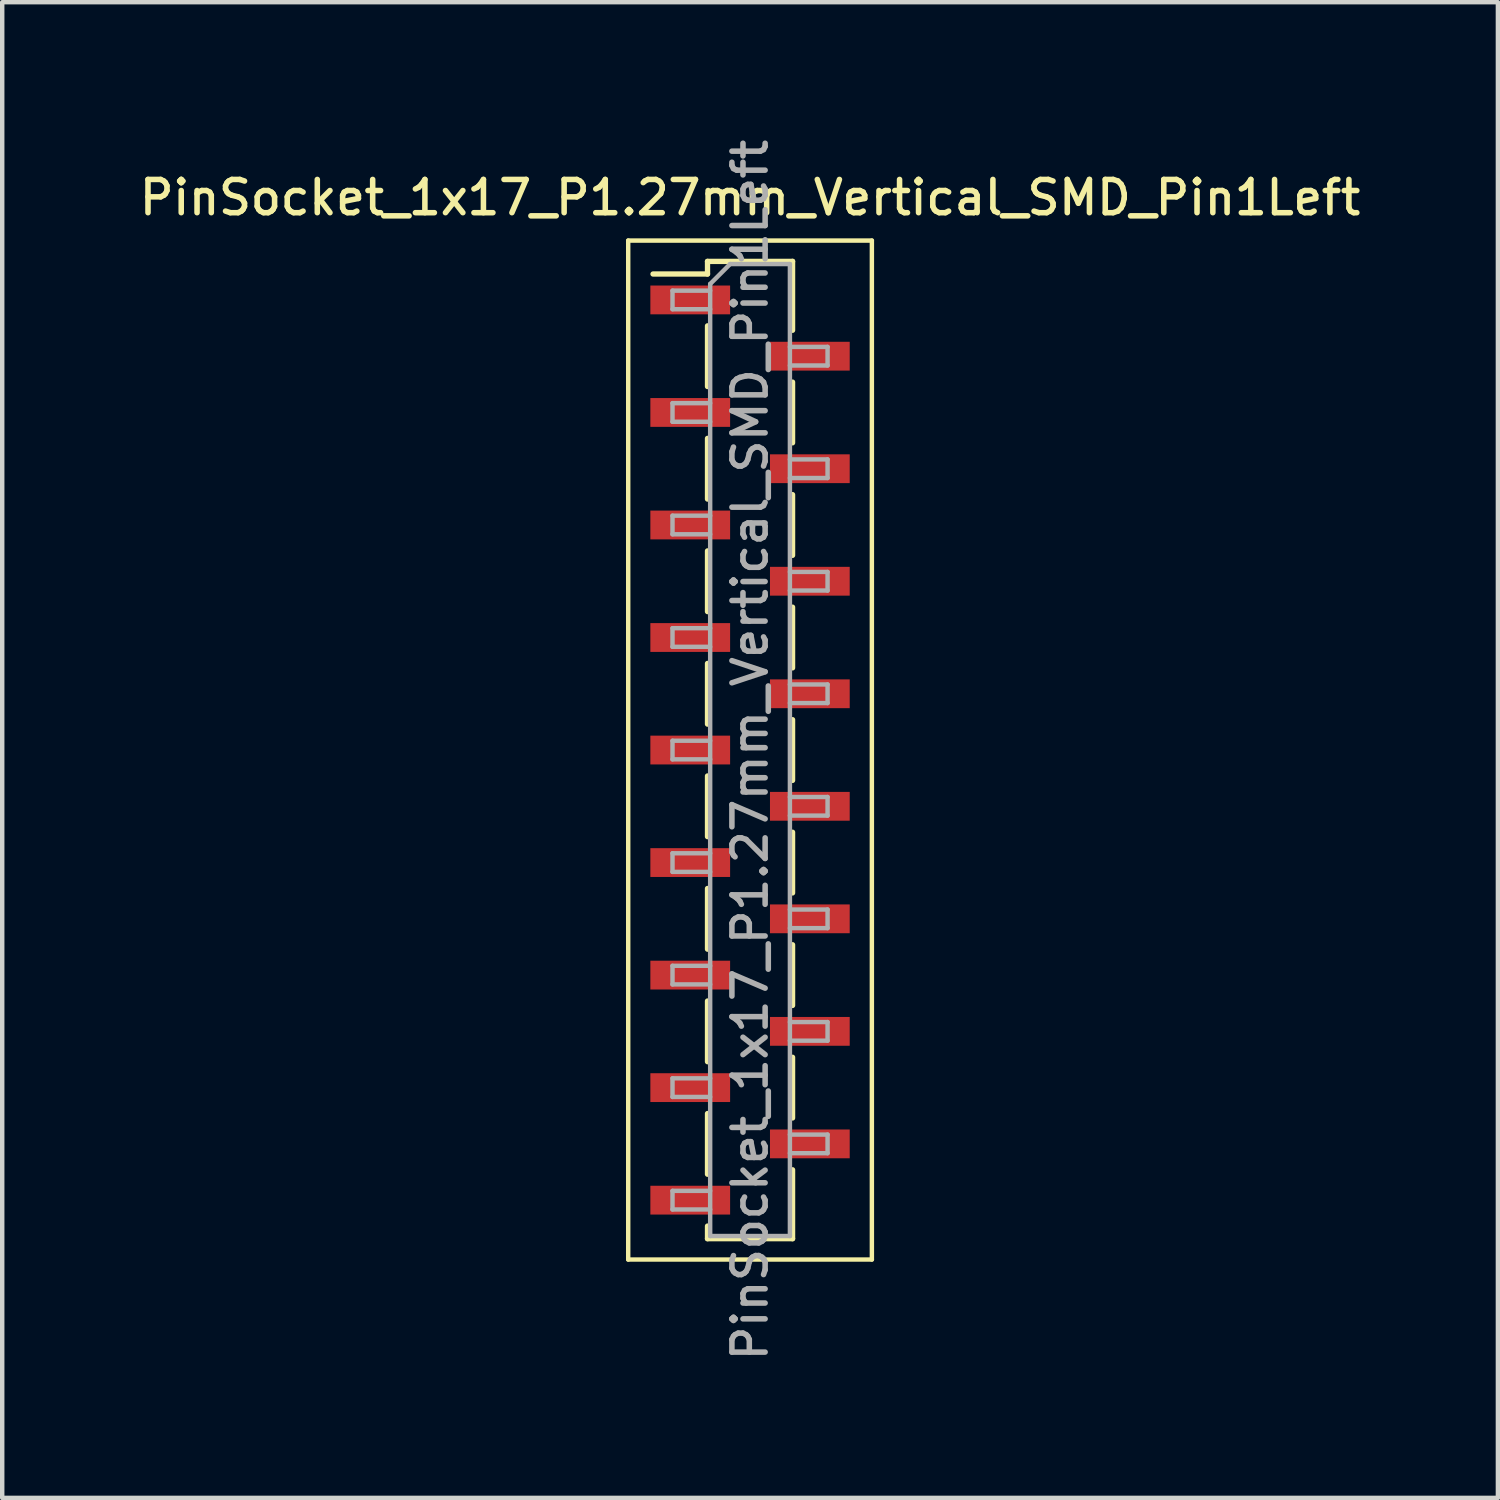
<source format=kicad_pcb>
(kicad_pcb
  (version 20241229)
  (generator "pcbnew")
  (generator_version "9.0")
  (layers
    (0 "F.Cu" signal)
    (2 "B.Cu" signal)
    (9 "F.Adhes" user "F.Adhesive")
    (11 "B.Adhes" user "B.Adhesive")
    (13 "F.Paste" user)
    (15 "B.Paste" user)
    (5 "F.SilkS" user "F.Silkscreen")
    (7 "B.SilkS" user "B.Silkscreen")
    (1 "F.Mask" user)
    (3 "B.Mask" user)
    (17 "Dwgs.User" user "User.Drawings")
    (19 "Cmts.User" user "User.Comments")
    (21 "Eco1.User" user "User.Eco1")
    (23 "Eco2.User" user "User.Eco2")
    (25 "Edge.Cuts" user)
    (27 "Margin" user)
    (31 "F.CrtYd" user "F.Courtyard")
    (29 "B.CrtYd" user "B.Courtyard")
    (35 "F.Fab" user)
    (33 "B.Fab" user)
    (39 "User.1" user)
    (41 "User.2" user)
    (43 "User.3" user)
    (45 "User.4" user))
  (footprint "PinSocket_1x17_P1.27mm_Vertical_SMD_Pin1Left"
    (layer "F.Cu")
    (at 13.88 13.88)
    (property "Reference" "PinSocket_1x17_P1.27mm_Vertical_SMD_Pin1Left" (at 0 -12.47 0) (layer "F.SilkS") (effects (font (size 0.75 0.75) (thickness 0.125))))
    (attr smd)
    (fp_line (start -2.75 -11.5) (end 2.75 -11.5) (stroke (width 0.1) (type solid)) (layer "F.SilkS"))
    (fp_line (start -2.75 11.5) (end -2.75 -11.5) (stroke (width 0.1) (type solid)) (layer "F.SilkS"))
    (fp_line (start -2.19 -10.745) (end -0.96 -10.745) (stroke (width 0.12) (type solid)) (layer "F.SilkS"))
    (fp_line (start -0.96 -11.03) (end -0.96 -10.745) (stroke (width 0.12) (type solid)) (layer "F.SilkS"))
    (fp_line (start -0.96 -11.03) (end 0.96 -11.03) (stroke (width 0.12) (type solid)) (layer "F.SilkS"))
    (fp_line (start -0.96 -9.575) (end -0.96 -8.205) (stroke (width 0.12) (type solid)) (layer "F.SilkS"))
    (fp_line (start -0.96 -7.035) (end -0.96 -5.665) (stroke (width 0.12) (type solid)) (layer "F.SilkS"))
    (fp_line (start -0.96 -4.495) (end -0.96 -3.125) (stroke (width 0.12) (type solid)) (layer "F.SilkS"))
    (fp_line (start -0.96 -1.955) (end -0.96 -0.585) (stroke (width 0.12) (type solid)) (layer "F.SilkS"))
    (fp_line (start -0.96 0.585) (end -0.96 1.955) (stroke (width 0.12) (type solid)) (layer "F.SilkS"))
    (fp_line (start -0.96 3.125) (end -0.96 4.495) (stroke (width 0.12) (type solid)) (layer "F.SilkS"))
    (fp_line (start -0.96 5.665) (end -0.96 7.035) (stroke (width 0.12) (type solid)) (layer "F.SilkS"))
    (fp_line (start -0.96 8.205) (end -0.96 9.575) (stroke (width 0.12) (type solid)) (layer "F.SilkS"))
    (fp_line (start -0.96 10.745) (end -0.96 11.03) (stroke (width 0.12) (type solid)) (layer "F.SilkS"))
    (fp_line (start -0.96 11.03) (end 0.96 11.03) (stroke (width 0.12) (type solid)) (layer "F.SilkS"))
    (fp_line (start 0.96 -11.03) (end 0.96 -9.475) (stroke (width 0.12) (type solid)) (layer "F.SilkS"))
    (fp_line (start 0.96 -8.305) (end 0.96 -6.935) (stroke (width 0.12) (type solid)) (layer "F.SilkS"))
    (fp_line (start 0.96 -5.765) (end 0.96 -4.395) (stroke (width 0.12) (type solid)) (layer "F.SilkS"))
    (fp_line (start 0.96 -3.225) (end 0.96 -1.855) (stroke (width 0.12) (type solid)) (layer "F.SilkS"))
    (fp_line (start 0.96 -0.685) (end 0.96 0.685) (stroke (width 0.12) (type solid)) (layer "F.SilkS"))
    (fp_line (start 0.96 1.855) (end 0.96 3.225) (stroke (width 0.12) (type solid)) (layer "F.SilkS"))
    (fp_line (start 0.96 4.395) (end 0.96 5.765) (stroke (width 0.12) (type solid)) (layer "F.SilkS"))
    (fp_line (start 0.96 6.935) (end 0.96 8.305) (stroke (width 0.12) (type solid)) (layer "F.SilkS"))
    (fp_line (start 0.96 9.475) (end 0.96 11.03) (stroke (width 0.12) (type solid)) (layer "F.SilkS"))
    (fp_line (start 2.75 -11.5) (end 2.75 11.5) (stroke (width 0.1) (type solid)) (layer "F.SilkS"))
    (fp_line (start 2.75 11.5) (end -2.75 11.5) (stroke (width 0.1) (type solid)) (layer "F.SilkS"))
    (fp_line (start -1.75 -10.37) (end -0.9 -10.37) (stroke (width 0.1) (type solid)) (layer "F.Fab"))
    (fp_line (start -1.75 -9.95) (end -1.75 -10.37) (stroke (width 0.1) (type solid)) (layer "F.Fab"))
    (fp_line (start -1.75 -7.83) (end -0.9 -7.83) (stroke (width 0.1) (type solid)) (layer "F.Fab"))
    (fp_line (start -1.75 -7.41) (end -1.75 -7.83) (stroke (width 0.1) (type solid)) (layer "F.Fab"))
    (fp_line (start -1.75 -5.29) (end -0.9 -5.29) (stroke (width 0.1) (type solid)) (layer "F.Fab"))
    (fp_line (start -1.75 -4.87) (end -1.75 -5.29) (stroke (width 0.1) (type solid)) (layer "F.Fab"))
    (fp_line (start -1.75 -2.75) (end -0.9 -2.75) (stroke (width 0.1) (type solid)) (layer "F.Fab"))
    (fp_line (start -1.75 -2.33) (end -1.75 -2.75) (stroke (width 0.1) (type solid)) (layer "F.Fab"))
    (fp_line (start -1.75 -0.21) (end -0.9 -0.21) (stroke (width 0.1) (type solid)) (layer "F.Fab"))
    (fp_line (start -1.75 0.21) (end -1.75 -0.21) (stroke (width 0.1) (type solid)) (layer "F.Fab"))
    (fp_line (start -1.75 2.33) (end -0.9 2.33) (stroke (width 0.1) (type solid)) (layer "F.Fab"))
    (fp_line (start -1.75 2.75) (end -1.75 2.33) (stroke (width 0.1) (type solid)) (layer "F.Fab"))
    (fp_line (start -1.75 4.87) (end -0.9 4.87) (stroke (width 0.1) (type solid)) (layer "F.Fab"))
    (fp_line (start -1.75 5.29) (end -1.75 4.87) (stroke (width 0.1) (type solid)) (layer "F.Fab"))
    (fp_line (start -1.75 7.41) (end -0.9 7.41) (stroke (width 0.1) (type solid)) (layer "F.Fab"))
    (fp_line (start -1.75 7.83) (end -1.75 7.41) (stroke (width 0.1) (type solid)) (layer "F.Fab"))
    (fp_line (start -1.75 9.95) (end -0.9 9.95) (stroke (width 0.1) (type solid)) (layer "F.Fab"))
    (fp_line (start -1.75 10.37) (end -1.75 9.95) (stroke (width 0.1) (type solid)) (layer "F.Fab"))
    (fp_line (start -0.9 -10.52) (end -0.45 -10.97) (stroke (width 0.1) (type solid)) (layer "F.Fab"))
    (fp_line (start -0.9 -9.95) (end -1.75 -9.95) (stroke (width 0.1) (type solid)) (layer "F.Fab"))
    (fp_line (start -0.9 -7.41) (end -1.75 -7.41) (stroke (width 0.1) (type solid)) (layer "F.Fab"))
    (fp_line (start -0.9 -4.87) (end -1.75 -4.87) (stroke (width 0.1) (type solid)) (layer "F.Fab"))
    (fp_line (start -0.9 -2.33) (end -1.75 -2.33) (stroke (width 0.1) (type solid)) (layer "F.Fab"))
    (fp_line (start -0.9 0.21) (end -1.75 0.21) (stroke (width 0.1) (type solid)) (layer "F.Fab"))
    (fp_line (start -0.9 2.75) (end -1.75 2.75) (stroke (width 0.1) (type solid)) (layer "F.Fab"))
    (fp_line (start -0.9 5.29) (end -1.75 5.29) (stroke (width 0.1) (type solid)) (layer "F.Fab"))
    (fp_line (start -0.9 7.83) (end -1.75 7.83) (stroke (width 0.1) (type solid)) (layer "F.Fab"))
    (fp_line (start -0.9 10.37) (end -1.75 10.37) (stroke (width 0.1) (type solid)) (layer "F.Fab"))
    (fp_line (start -0.9 10.97) (end -0.9 -10.52) (stroke (width 0.1) (type solid)) (layer "F.Fab"))
    (fp_line (start -0.45 -10.97) (end 0.9 -10.97) (stroke (width 0.1) (type solid)) (layer "F.Fab"))
    (fp_line (start 0.9 -10.97) (end 0.9 10.97) (stroke (width 0.1) (type solid)) (layer "F.Fab"))
    (fp_line (start 0.9 -9.1) (end 1.75 -9.1) (stroke (width 0.1) (type solid)) (layer "F.Fab"))
    (fp_line (start 0.9 -6.56) (end 1.75 -6.56) (stroke (width 0.1) (type solid)) (layer "F.Fab"))
    (fp_line (start 0.9 -4.02) (end 1.75 -4.02) (stroke (width 0.1) (type solid)) (layer "F.Fab"))
    (fp_line (start 0.9 -1.48) (end 1.75 -1.48) (stroke (width 0.1) (type solid)) (layer "F.Fab"))
    (fp_line (start 0.9 1.06) (end 1.75 1.06) (stroke (width 0.1) (type solid)) (layer "F.Fab"))
    (fp_line (start 0.9 3.6) (end 1.75 3.6) (stroke (width 0.1) (type solid)) (layer "F.Fab"))
    (fp_line (start 0.9 6.14) (end 1.75 6.14) (stroke (width 0.1) (type solid)) (layer "F.Fab"))
    (fp_line (start 0.9 8.68) (end 1.75 8.68) (stroke (width 0.1) (type solid)) (layer "F.Fab"))
    (fp_line (start 0.9 10.97) (end -0.9 10.97) (stroke (width 0.1) (type solid)) (layer "F.Fab"))
    (fp_line (start 1.75 -9.1) (end 1.75 -8.68) (stroke (width 0.1) (type solid)) (layer "F.Fab"))
    (fp_line (start 1.75 -8.68) (end 0.9 -8.68) (stroke (width 0.1) (type solid)) (layer "F.Fab"))
    (fp_line (start 1.75 -6.56) (end 1.75 -6.14) (stroke (width 0.1) (type solid)) (layer "F.Fab"))
    (fp_line (start 1.75 -6.14) (end 0.9 -6.14) (stroke (width 0.1) (type solid)) (layer "F.Fab"))
    (fp_line (start 1.75 -4.02) (end 1.75 -3.6) (stroke (width 0.1) (type solid)) (layer "F.Fab"))
    (fp_line (start 1.75 -3.6) (end 0.9 -3.6) (stroke (width 0.1) (type solid)) (layer "F.Fab"))
    (fp_line (start 1.75 -1.48) (end 1.75 -1.06) (stroke (width 0.1) (type solid)) (layer "F.Fab"))
    (fp_line (start 1.75 -1.06) (end 0.9 -1.06) (stroke (width 0.1) (type solid)) (layer "F.Fab"))
    (fp_line (start 1.75 1.06) (end 1.75 1.48) (stroke (width 0.1) (type solid)) (layer "F.Fab"))
    (fp_line (start 1.75 1.48) (end 0.9 1.48) (stroke (width 0.1) (type solid)) (layer "F.Fab"))
    (fp_line (start 1.75 3.6) (end 1.75 4.02) (stroke (width 0.1) (type solid)) (layer "F.Fab"))
    (fp_line (start 1.75 4.02) (end 0.9 4.02) (stroke (width 0.1) (type solid)) (layer "F.Fab"))
    (fp_line (start 1.75 6.14) (end 1.75 6.56) (stroke (width 0.1) (type solid)) (layer "F.Fab"))
    (fp_line (start 1.75 6.56) (end 0.9 6.56) (stroke (width 0.1) (type solid)) (layer "F.Fab"))
    (fp_line (start 1.75 8.68) (end 1.75 9.1) (stroke (width 0.1) (type solid)) (layer "F.Fab"))
    (fp_line (start 1.75 9.1) (end 0.9 9.1) (stroke (width 0.1) (type solid)) (layer "F.Fab"))
    (fp_text user "${REFERENCE}" (at 0 0 90) (layer "F.Fab") (effects (font (size 0.75 0.75) (thickness 0.125))))
    (pad "1" smd rect (at -1.35 -10.16) (size 1.8 0.65) (layers "F.Cu" "F.Mask" "F.Paste"))
    (pad "2" smd rect (at 1.35 -8.89) (size 1.8 0.65) (layers "F.Cu" "F.Mask" "F.Paste"))
    (pad "3" smd rect (at -1.35 -7.62) (size 1.8 0.65) (layers "F.Cu" "F.Mask" "F.Paste"))
    (pad "4" smd rect (at 1.35 -6.35) (size 1.8 0.65) (layers "F.Cu" "F.Mask" "F.Paste"))
    (pad "5" smd rect (at -1.35 -5.08) (size 1.8 0.65) (layers "F.Cu" "F.Mask" "F.Paste"))
    (pad "6" smd rect (at 1.35 -3.81) (size 1.8 0.65) (layers "F.Cu" "F.Mask" "F.Paste"))
    (pad "7" smd rect (at -1.35 -2.54) (size 1.8 0.65) (layers "F.Cu" "F.Mask" "F.Paste"))
    (pad "8" smd rect (at 1.35 -1.27) (size 1.8 0.65) (layers "F.Cu" "F.Mask" "F.Paste"))
    (pad "9" smd rect (at -1.35 0) (size 1.8 0.65) (layers "F.Cu" "F.Mask" "F.Paste"))
    (pad "10" smd rect (at 1.35 1.27) (size 1.8 0.65) (layers "F.Cu" "F.Mask" "F.Paste"))
    (pad "11" smd rect (at -1.35 2.54) (size 1.8 0.65) (layers "F.Cu" "F.Mask" "F.Paste"))
    (pad "12" smd rect (at 1.35 3.81) (size 1.8 0.65) (layers "F.Cu" "F.Mask" "F.Paste"))
    (pad "13" smd rect (at -1.35 5.08) (size 1.8 0.65) (layers "F.Cu" "F.Mask" "F.Paste"))
    (pad "14" smd rect (at 1.35 6.35) (size 1.8 0.65) (layers "F.Cu" "F.Mask" "F.Paste"))
    (pad "15" smd rect (at -1.35 7.62) (size 1.8 0.65) (layers "F.Cu" "F.Mask" "F.Paste"))
    (pad "16" smd rect (at 1.35 8.89) (size 1.8 0.65) (layers "F.Cu" "F.Mask" "F.Paste"))
    (pad "17" smd rect (at -1.35 10.16) (size 1.8 0.65) (layers "F.Cu" "F.Mask" "F.Paste")))
  (gr_rect
    (start -3 -3)
    (end 30.761 30.761)
    (stroke (width 0.1) (type default))
    (fill no)
    (layer "Edge.Cuts")))
</source>
